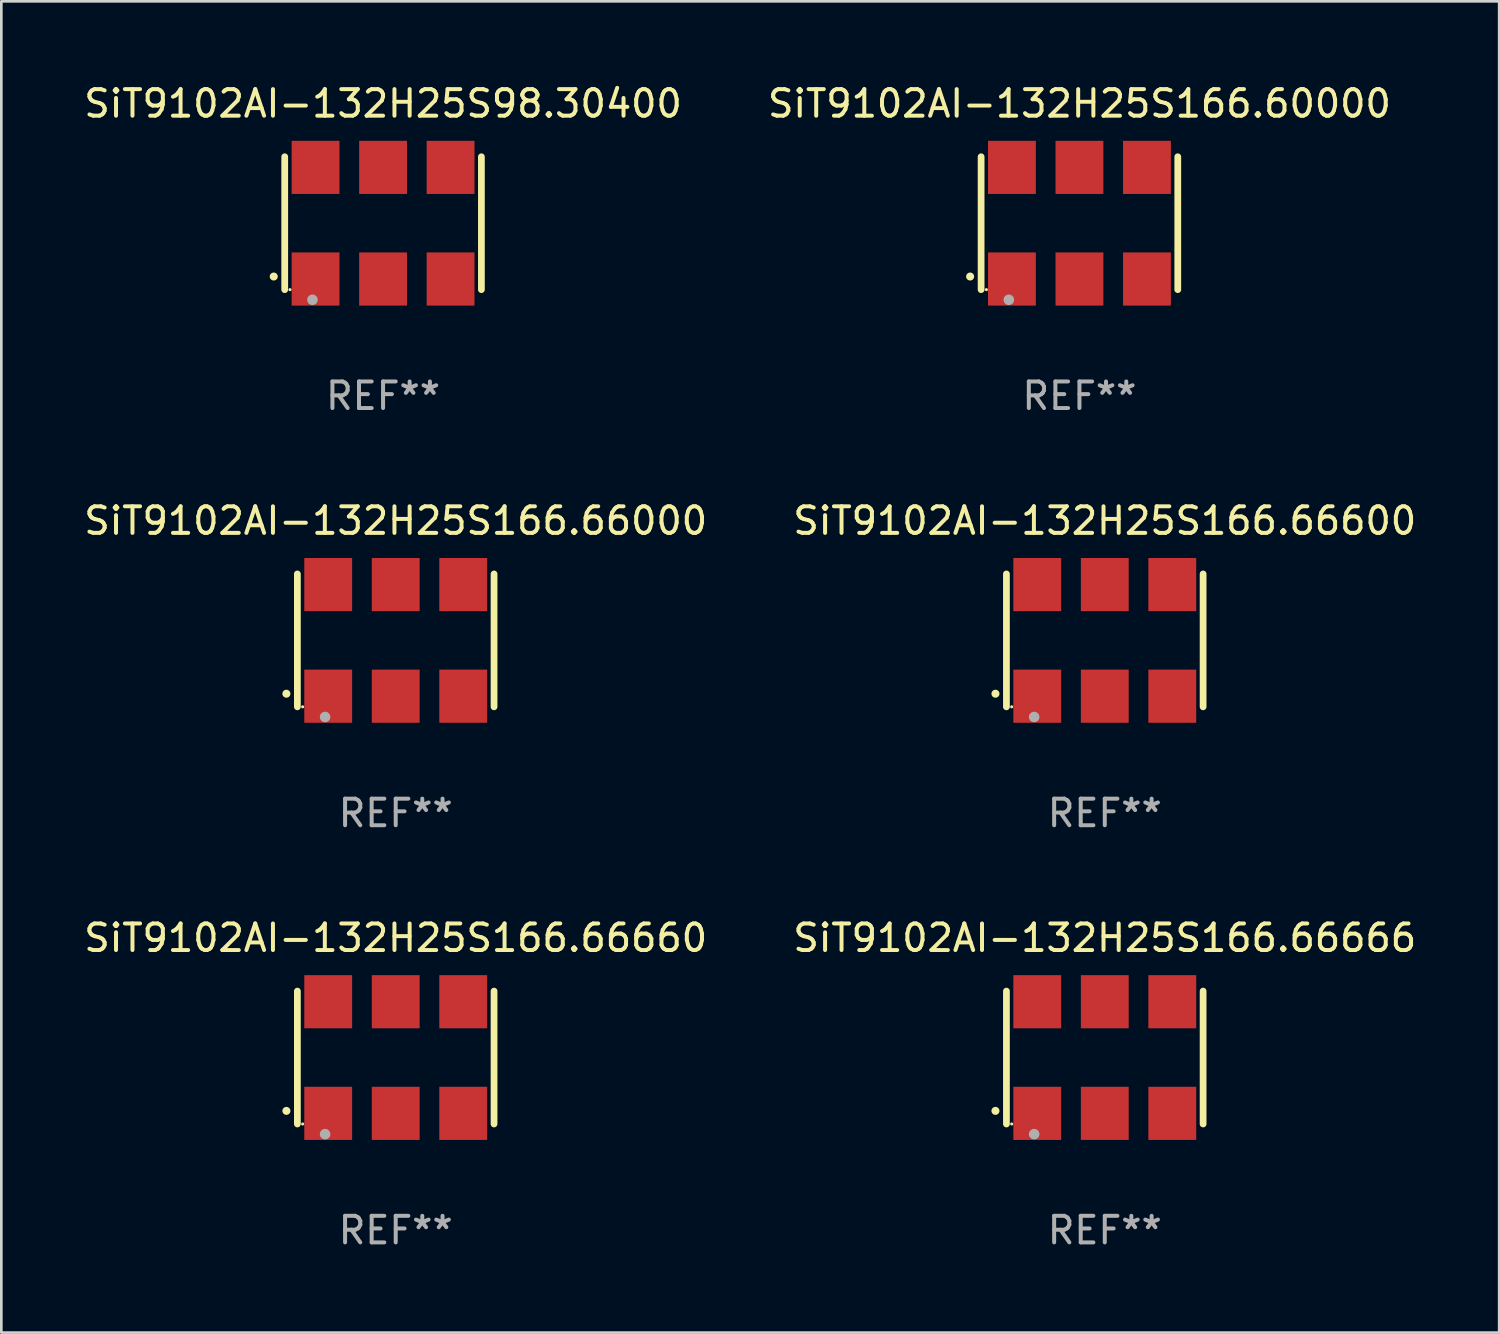
<source format=kicad_pcb>
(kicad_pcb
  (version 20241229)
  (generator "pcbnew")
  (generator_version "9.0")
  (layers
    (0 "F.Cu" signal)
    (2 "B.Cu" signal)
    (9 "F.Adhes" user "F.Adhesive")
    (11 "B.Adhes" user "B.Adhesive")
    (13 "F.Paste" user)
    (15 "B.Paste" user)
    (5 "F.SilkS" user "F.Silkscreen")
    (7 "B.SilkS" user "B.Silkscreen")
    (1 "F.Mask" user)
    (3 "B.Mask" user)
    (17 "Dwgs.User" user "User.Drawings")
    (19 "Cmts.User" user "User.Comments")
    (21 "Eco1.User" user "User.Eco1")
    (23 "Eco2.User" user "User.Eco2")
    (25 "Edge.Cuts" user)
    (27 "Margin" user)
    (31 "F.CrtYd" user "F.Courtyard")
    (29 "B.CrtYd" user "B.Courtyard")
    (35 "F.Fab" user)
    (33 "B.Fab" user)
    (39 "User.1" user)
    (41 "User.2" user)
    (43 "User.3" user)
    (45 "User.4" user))
  (footprint "SiT9102AI-132H25S166.66660"
    (layer "F.Cu")
    (at 11.839 36.741)
    (property "Reference" "SiT9102AI-132H25S166.66660" (at 0 -4.5 0) (layer "F.SilkS") (effects (font (size 1 1) (thickness 0.15))))
    (attr through_hole)
    (fp_line (start -3.7 -2.5) (end -3.7 2.5) (stroke (width 0.254) (type solid)) (layer "F.SilkS"))
    (fp_line (start 3.7 -2.5) (end 3.7 2.5) (stroke (width 0.254) (type solid)) (layer "F.SilkS"))
    (fp_arc (start -4.114415 2.006604) (mid -4.113145 2.006599) (end -4.111875 2.006604) (stroke (width 0.3) (type solid)) (layer "F.SilkS"))
    (fp_circle (center -3.502 2.5) (end -3.472 2.5) (stroke (width 0.06) (type solid)) (fill no) (layer "F.SilkS"))
    (fp_circle (center -2.657 2.882) (end -2.557 2.882) (stroke (width 0.2) (type solid)) (fill no) (layer "F.Fab"))
    (fp_text user "REF**" (at 0 6.5 0) (layer "F.Fab") (effects (font (size 1 1) (thickness 0.15))))
    (pad "1" smd rect (at -2.54 2.1) (size 1.8 2) (layers "F.Cu" "F.Mask" "F.Paste"))
    (pad "2" smd rect (at 0.000394 2.1) (size 1.8 2) (layers "F.Cu" "F.Mask" "F.Paste"))
    (pad "3" smd rect (at 2.54 2.1) (size 1.8 2) (layers "F.Cu" "F.Mask" "F.Paste"))
    (pad "4" smd rect (at 2.54 -2.1) (size 1.8 2) (layers "F.Cu" "F.Mask" "F.Paste"))
    (pad "5" smd rect (at 0.000394 -2.1) (size 1.8 2) (layers "F.Cu" "F.Mask" "F.Paste"))
    (pad "6" smd rect (at -2.54 -2.1) (size 1.8 2) (layers "F.Cu" "F.Mask" "F.Paste")))
  (footprint "SiT9102AI-132H25S166.60000"
    (layer "F.Cu")
    (at 37.565 5.348)
    (property "Reference" "SiT9102AI-132H25S166.60000" (at 0 -4.5 0) (layer "F.SilkS") (effects (font (size 1 1) (thickness 0.15))))
    (attr through_hole)
    (fp_line (start -3.7 -2.5) (end -3.7 2.5) (stroke (width 0.254) (type solid)) (layer "F.SilkS"))
    (fp_line (start 3.7 -2.5) (end 3.7 2.5) (stroke (width 0.254) (type solid)) (layer "F.SilkS"))
    (fp_arc (start -4.114415 2.006604) (mid -4.113145 2.006599) (end -4.111875 2.006604) (stroke (width 0.3) (type solid)) (layer "F.SilkS"))
    (fp_circle (center -3.502 2.5) (end -3.472 2.5) (stroke (width 0.06) (type solid)) (fill no) (layer "F.SilkS"))
    (fp_circle (center -2.657 2.882) (end -2.557 2.882) (stroke (width 0.2) (type solid)) (fill no) (layer "F.Fab"))
    (fp_text user "REF**" (at 0 6.5 0) (layer "F.Fab") (effects (font (size 1 1) (thickness 0.15))))
    (pad "1" smd rect (at -2.54 2.1) (size 1.8 2) (layers "F.Cu" "F.Mask" "F.Paste"))
    (pad "2" smd rect (at 0.000394 2.1) (size 1.8 2) (layers "F.Cu" "F.Mask" "F.Paste"))
    (pad "3" smd rect (at 2.54 2.1) (size 1.8 2) (layers "F.Cu" "F.Mask" "F.Paste"))
    (pad "4" smd rect (at 2.54 -2.1) (size 1.8 2) (layers "F.Cu" "F.Mask" "F.Paste"))
    (pad "5" smd rect (at 0.000394 -2.1) (size 1.8 2) (layers "F.Cu" "F.Mask" "F.Paste"))
    (pad "6" smd rect (at -2.54 -2.1) (size 1.8 2) (layers "F.Cu" "F.Mask" "F.Paste")))
  (footprint "SiT9102AI-132H25S166.66600"
    (layer "F.Cu")
    (at 38.518 21.045)
    (property "Reference" "SiT9102AI-132H25S166.66600" (at 0 -4.5 0) (layer "F.SilkS") (effects (font (size 1 1) (thickness 0.15))))
    (attr through_hole)
    (fp_line (start -3.7 -2.5) (end -3.7 2.5) (stroke (width 0.254) (type solid)) (layer "F.SilkS"))
    (fp_line (start 3.7 -2.5) (end 3.7 2.5) (stroke (width 0.254) (type solid)) (layer "F.SilkS"))
    (fp_arc (start -4.114415 2.006604) (mid -4.113145 2.006599) (end -4.111875 2.006604) (stroke (width 0.3) (type solid)) (layer "F.SilkS"))
    (fp_circle (center -3.502 2.5) (end -3.472 2.5) (stroke (width 0.06) (type solid)) (fill no) (layer "F.SilkS"))
    (fp_circle (center -2.657 2.882) (end -2.557 2.882) (stroke (width 0.2) (type solid)) (fill no) (layer "F.Fab"))
    (fp_text user "REF**" (at 0 6.5 0) (layer "F.Fab") (effects (font (size 1 1) (thickness 0.15))))
    (pad "1" smd rect (at -2.54 2.1) (size 1.8 2) (layers "F.Cu" "F.Mask" "F.Paste"))
    (pad "2" smd rect (at 0.000394 2.1) (size 1.8 2) (layers "F.Cu" "F.Mask" "F.Paste"))
    (pad "3" smd rect (at 2.54 2.1) (size 1.8 2) (layers "F.Cu" "F.Mask" "F.Paste"))
    (pad "4" smd rect (at 2.54 -2.1) (size 1.8 2) (layers "F.Cu" "F.Mask" "F.Paste"))
    (pad "5" smd rect (at 0.000394 -2.1) (size 1.8 2) (layers "F.Cu" "F.Mask" "F.Paste"))
    (pad "6" smd rect (at -2.54 -2.1) (size 1.8 2) (layers "F.Cu" "F.Mask" "F.Paste")))
  (footprint "SiT9102AI-132H25S98.30400"
    (layer "F.Cu")
    (at 11.363 5.348)
    (property "Reference" "SiT9102AI-132H25S98.30400" (at 0 -4.5 0) (layer "F.SilkS") (effects (font (size 1 1) (thickness 0.15))))
    (attr through_hole)
    (fp_line (start -3.7 -2.5) (end -3.7 2.5) (stroke (width 0.254) (type solid)) (layer "F.SilkS"))
    (fp_line (start 3.7 -2.5) (end 3.7 2.5) (stroke (width 0.254) (type solid)) (layer "F.SilkS"))
    (fp_arc (start -4.114415 2.006604) (mid -4.113145 2.006599) (end -4.111875 2.006604) (stroke (width 0.3) (type solid)) (layer "F.SilkS"))
    (fp_circle (center -3.502 2.5) (end -3.472 2.5) (stroke (width 0.06) (type solid)) (fill no) (layer "F.SilkS"))
    (fp_circle (center -2.657 2.882) (end -2.557 2.882) (stroke (width 0.2) (type solid)) (fill no) (layer "F.Fab"))
    (fp_text user "REF**" (at 0 6.5 0) (layer "F.Fab") (effects (font (size 1 1) (thickness 0.15))))
    (pad "1" smd rect (at -2.54 2.1) (size 1.8 2) (layers "F.Cu" "F.Mask" "F.Paste"))
    (pad "2" smd rect (at 0.000394 2.1) (size 1.8 2) (layers "F.Cu" "F.Mask" "F.Paste"))
    (pad "3" smd rect (at 2.54 2.1) (size 1.8 2) (layers "F.Cu" "F.Mask" "F.Paste"))
    (pad "4" smd rect (at 2.54 -2.1) (size 1.8 2) (layers "F.Cu" "F.Mask" "F.Paste"))
    (pad "5" smd rect (at 0.000394 -2.1) (size 1.8 2) (layers "F.Cu" "F.Mask" "F.Paste"))
    (pad "6" smd rect (at -2.54 -2.1) (size 1.8 2) (layers "F.Cu" "F.Mask" "F.Paste")))
  (footprint "SiT9102AI-132H25S166.66000"
    (layer "F.Cu")
    (at 11.839 21.045)
    (property "Reference" "SiT9102AI-132H25S166.66000" (at 0 -4.5 0) (layer "F.SilkS") (effects (font (size 1 1) (thickness 0.15))))
    (attr through_hole)
    (fp_line (start -3.7 -2.5) (end -3.7 2.5) (stroke (width 0.254) (type solid)) (layer "F.SilkS"))
    (fp_line (start 3.7 -2.5) (end 3.7 2.5) (stroke (width 0.254) (type solid)) (layer "F.SilkS"))
    (fp_arc (start -4.114415 2.006604) (mid -4.113145 2.006599) (end -4.111875 2.006604) (stroke (width 0.3) (type solid)) (layer "F.SilkS"))
    (fp_circle (center -3.502 2.5) (end -3.472 2.5) (stroke (width 0.06) (type solid)) (fill no) (layer "F.SilkS"))
    (fp_circle (center -2.657 2.882) (end -2.557 2.882) (stroke (width 0.2) (type solid)) (fill no) (layer "F.Fab"))
    (fp_text user "REF**" (at 0 6.5 0) (layer "F.Fab") (effects (font (size 1 1) (thickness 0.15))))
    (pad "1" smd rect (at -2.54 2.1) (size 1.8 2) (layers "F.Cu" "F.Mask" "F.Paste"))
    (pad "2" smd rect (at 0.000394 2.1) (size 1.8 2) (layers "F.Cu" "F.Mask" "F.Paste"))
    (pad "3" smd rect (at 2.54 2.1) (size 1.8 2) (layers "F.Cu" "F.Mask" "F.Paste"))
    (pad "4" smd rect (at 2.54 -2.1) (size 1.8 2) (layers "F.Cu" "F.Mask" "F.Paste"))
    (pad "5" smd rect (at 0.000394 -2.1) (size 1.8 2) (layers "F.Cu" "F.Mask" "F.Paste"))
    (pad "6" smd rect (at -2.54 -2.1) (size 1.8 2) (layers "F.Cu" "F.Mask" "F.Paste")))
  (footprint "SiT9102AI-132H25S166.66666"
    (layer "F.Cu")
    (at 38.518 36.741)
    (property "Reference" "SiT9102AI-132H25S166.66666" (at 0 -4.5 0) (layer "F.SilkS") (effects (font (size 1 1) (thickness 0.15))))
    (attr through_hole)
    (fp_line (start -3.7 -2.5) (end -3.7 2.5) (stroke (width 0.254) (type solid)) (layer "F.SilkS"))
    (fp_line (start 3.7 -2.5) (end 3.7 2.5) (stroke (width 0.254) (type solid)) (layer "F.SilkS"))
    (fp_arc (start -4.114415 2.006604) (mid -4.113145 2.006599) (end -4.111875 2.006604) (stroke (width 0.3) (type solid)) (layer "F.SilkS"))
    (fp_circle (center -3.502 2.5) (end -3.472 2.5) (stroke (width 0.06) (type solid)) (fill no) (layer "F.SilkS"))
    (fp_circle (center -2.657 2.882) (end -2.557 2.882) (stroke (width 0.2) (type solid)) (fill no) (layer "F.Fab"))
    (fp_text user "REF**" (at 0 6.5 0) (layer "F.Fab") (effects (font (size 1 1) (thickness 0.15))))
    (pad "1" smd rect (at -2.54 2.1) (size 1.8 2) (layers "F.Cu" "F.Mask" "F.Paste"))
    (pad "2" smd rect (at 0.000394 2.1) (size 1.8 2) (layers "F.Cu" "F.Mask" "F.Paste"))
    (pad "3" smd rect (at 2.54 2.1) (size 1.8 2) (layers "F.Cu" "F.Mask" "F.Paste"))
    (pad "4" smd rect (at 2.54 -2.1) (size 1.8 2) (layers "F.Cu" "F.Mask" "F.Paste"))
    (pad "5" smd rect (at 0.000394 -2.1) (size 1.8 2) (layers "F.Cu" "F.Mask" "F.Paste"))
    (pad "6" smd rect (at -2.54 -2.1) (size 1.8 2) (layers "F.Cu" "F.Mask" "F.Paste")))
  (gr_rect
    (start -3 -3)
    (end 53.357 47.09)
    (stroke (width 0.1) (type default))
    (fill no)
    (layer "Edge.Cuts")))
</source>
